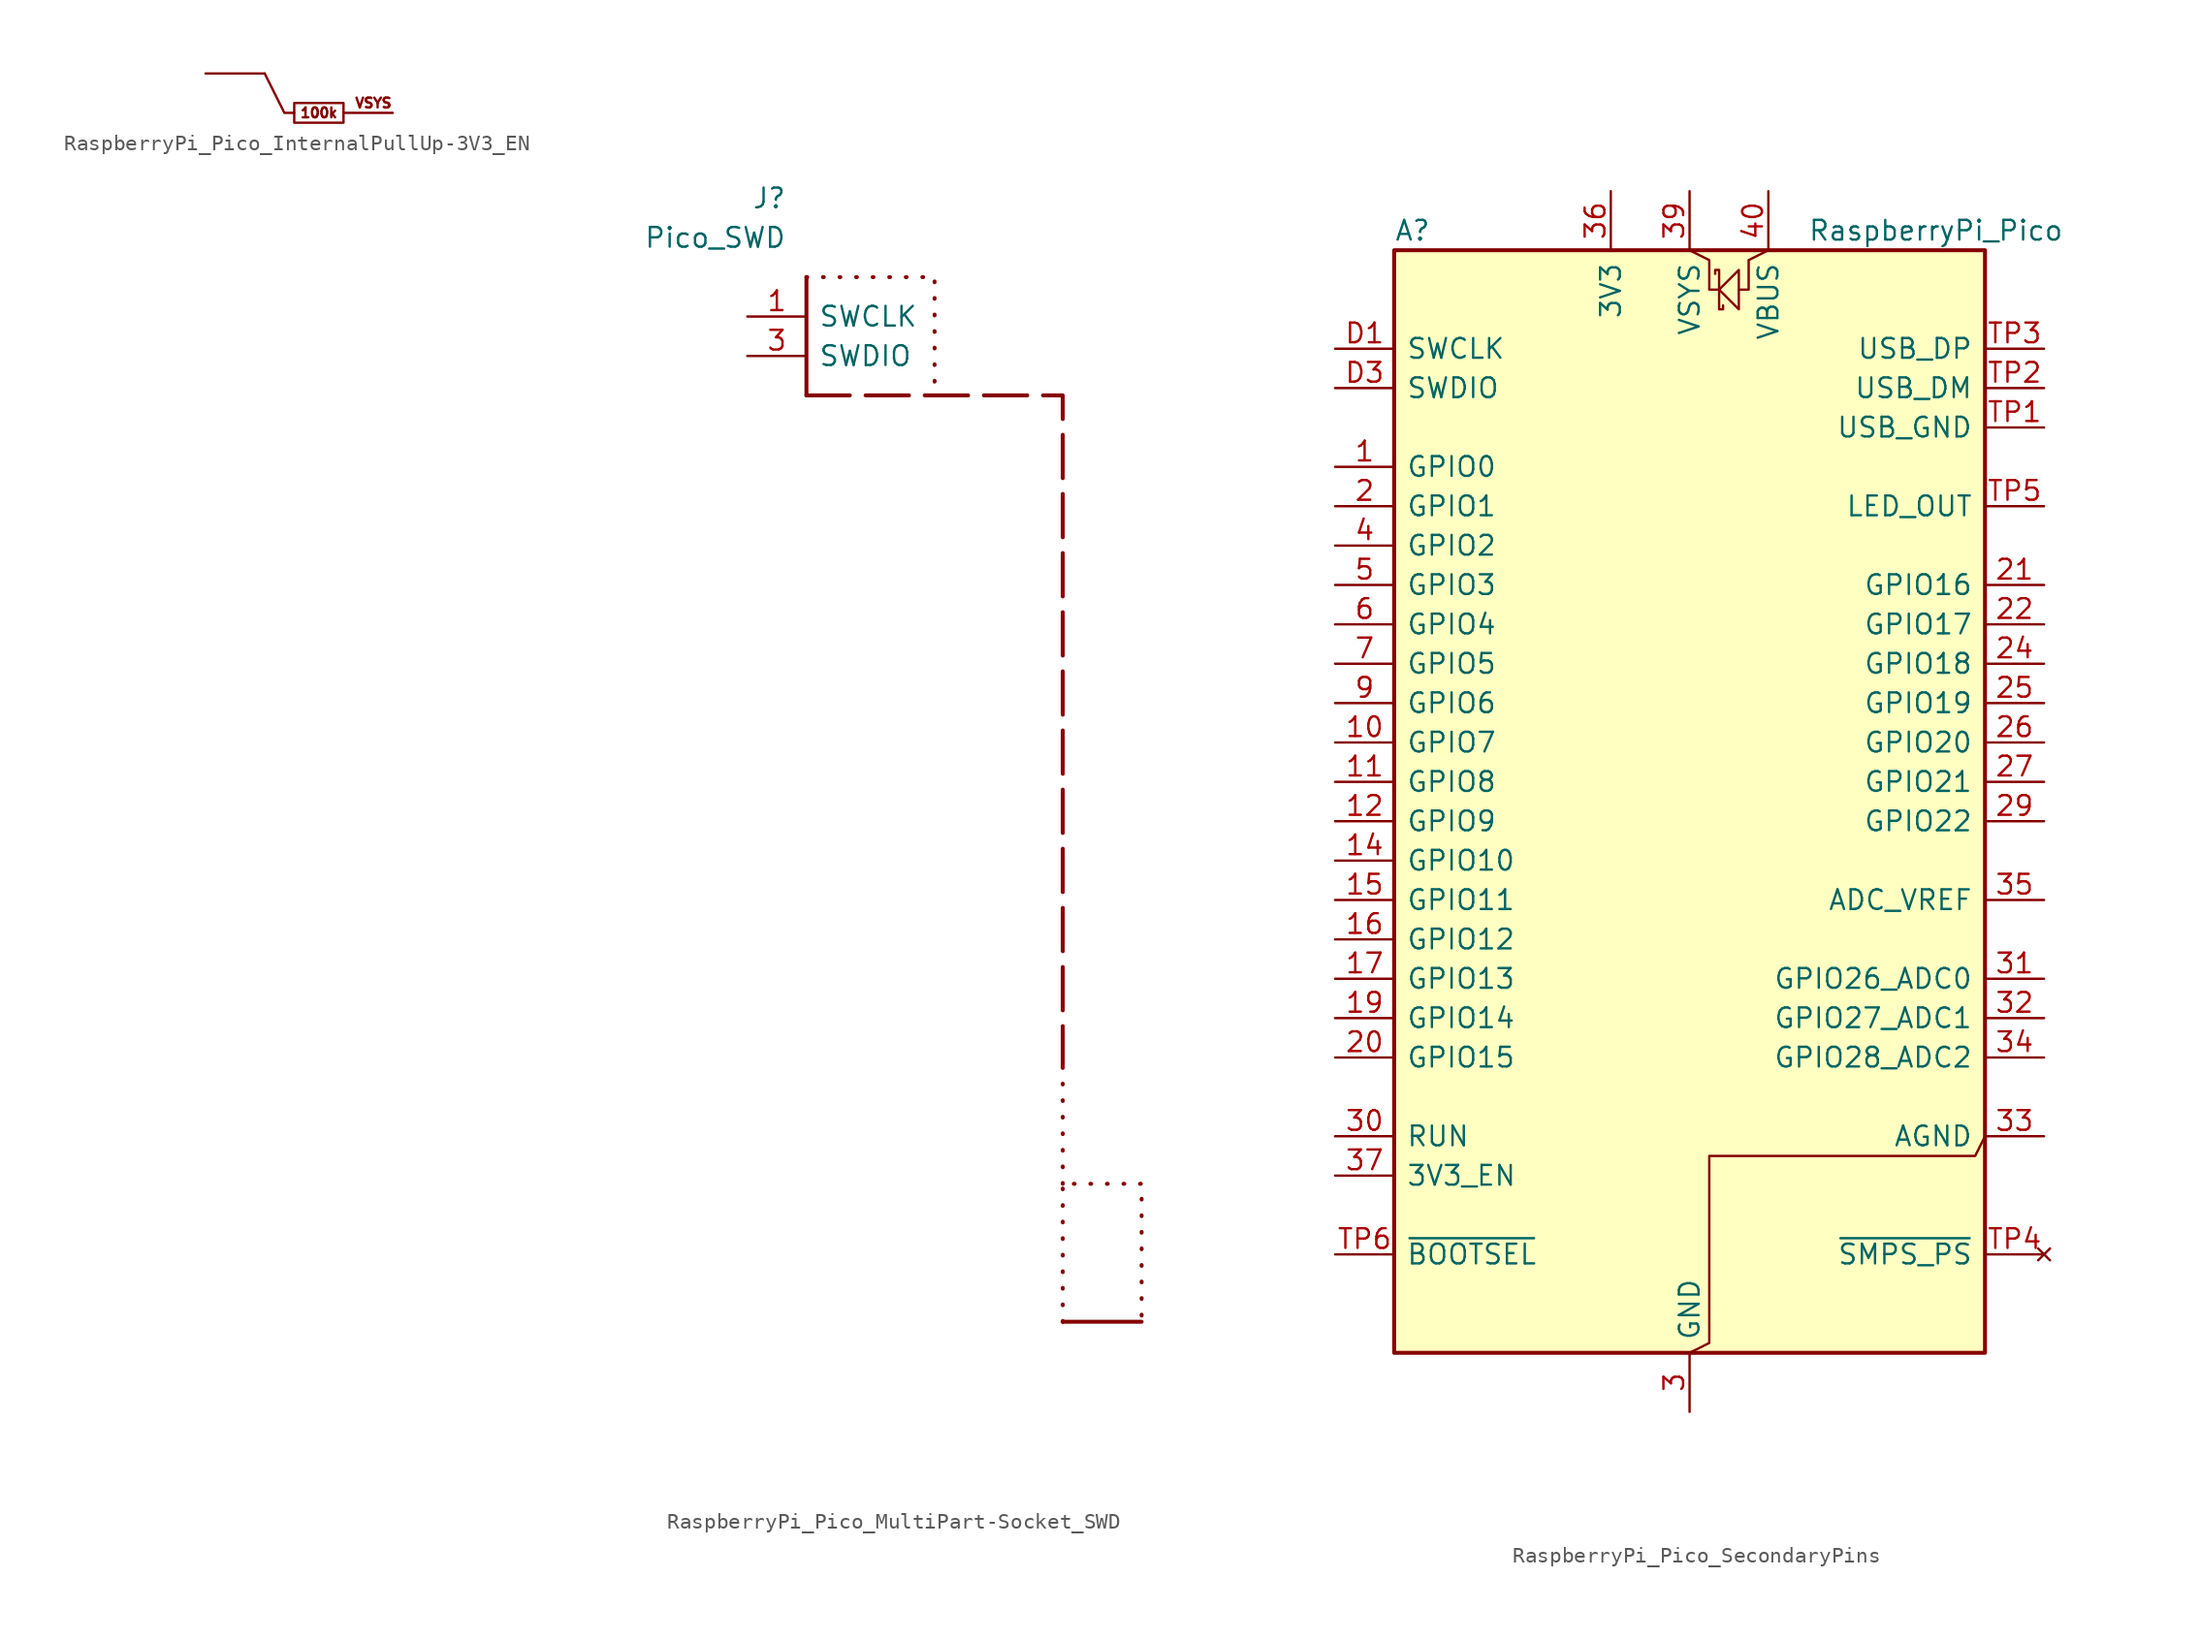
<source format=kicad_sym>
(kicad_symbol_lib
  (version 20231120)
  (generator "kicad_symbol_editor")
  (generator_version "8.0")
  (symbol "RaspberryPi_Pico_InternalPullUp-3V3_EN"
    (pin_numbers hide)
    (pin_names hide)
    (property "Reference" "#INT"
      (at 0 -7.62 0)
      (effects (font (size 1.27 1.27)) (hide yes)))
    (symbol "RaspberryPi_Pico_InternalPullUp-3V3_EN_0_1"
      (polyline (pts (xy 8.89 -2.54) (xy 12.065 -2.54)) (stroke (width 0) (type default)) (fill (type none)))
      (rectangle (start 5.715 -1.905) (end 8.89 -3.175) (stroke (width 0) (type default)) (fill (type none))))
    (symbol "RaspberryPi_Pico_InternalPullUp-3V3_EN_1_1"
      (polyline (pts (xy 5.715 -2.54) (xy 5.08 -2.54) (xy 3.81 0)) (stroke (width 0) (type default)) (fill (type none)))
      (text "100k" (at 7.303 -2.54 0) (effects (font (size 0.635 0.635))))
      (text "VSYS" (at 12.065 -1.905 0) (effects (font (size 0.635 0.635)) (justify right)))
      (pin passive line (at 0 0 0) (length 3.81) (name "INTERNAL_PULL_UP" (effects (font (size 1.27 1.27)))) (number "1" (effects (font (size 1.27 1.27)))))))
  (symbol "RaspberryPi_Pico_MultiPart-Socket_SWD"
    (pin_names
      (offset 0.762))
    (property "Reference" "J"
      (at -20.32 38.1 0)
      (do_not_autoplace)
      (effects (font (size 1.27 1.27)) (justify right)))
    (property "Value" "Pico_SWD"
      (at -20.32 35.56 0)
      (do_not_autoplace)
      (effects (font (size 1.27 1.27)) (justify right)))
    (symbol "RaspberryPi_Pico_MultiPart-Socket_SWD_1_1"
      (polyline (pts (xy -19.05 33.02) (xy -19.05 25.4)) (stroke (width 0.254) (type default)) (fill (type none)))
      (polyline (pts (xy -2.54 -34.29) (xy 2.54 -34.29)) (stroke (width 0.254) (type default)) (fill (type none)))
      (polyline (pts (xy -2.54 -25.4) (xy -2.54 -17.78)) (stroke (width 0.254) (type dot)) (fill (type none)))
      (polyline (pts (xy -19.05 25.4) (xy -2.54 25.4) (xy -2.54 -17.78)) (stroke (width 0.254) (type dash)) (fill (type none)))
      (polyline (pts (xy -19.05 33.02) (xy -10.795 33.02) (xy -10.795 25.4)) (stroke (width 0.254) (type dot)) (fill (type none)))
      (polyline (pts (xy -2.54 -34.29) (xy -2.54 -25.4) (xy 2.54 -25.4) (xy 2.54 -34.29)) (stroke (width 0.254) (type dot)) (fill (type none)))
      (pin input line (at -22.86 30.48 0) (length 3.81) (name "SWCLK" (effects (font (size 1.27 1.27)))) (number "1" (effects (font (size 1.27 1.27)))))
      (pin passive line (at 0 -38.1 90) (length 3.81) hide (name "GND" (effects (font (size 1.27 1.27)))) (number "2" (effects (font (size 1.27 1.27)))))
      (pin bidirectional line (at -22.86 27.94 0) (length 3.81) (name "SWDIO" (effects (font (size 1.27 1.27)))) (number "3" (effects (font (size 1.27 1.27)))))))
  (symbol "RaspberryPi_Pico_SecondaryPins"
    (pin_names
      (offset 0.762))
    (property "Reference" "A"
      (at -19.05 38.1 0)
      (effects (font (size 1.27 1.27)) (justify left)))
    (property "Value" "RaspberryPi_Pico"
      (at 7.62 38.1 0)
      (effects (font (size 1.27 1.27)) (justify left)))
    (symbol "RaspberryPi_Pico_SecondaryPins_0_1"
      (rectangle (start -19.05 36.83) (end 19.05 -34.29) (stroke (width 0.254) (type default)) (fill (type background)))
      (polyline (pts (xy 0 36.83) (xy 1.27 36.195) (xy 1.27 34.29) (xy 1.905 34.29)) (stroke (width 0) (type default)) (fill (type none)))
      (polyline (pts (xy 1.905 34.29) (xy 3.175 35.56) (xy 3.175 33.02) (xy 1.905 34.29)) (stroke (width 0) (type default)) (fill (type none)))
      (polyline (pts (xy 5.08 36.83) (xy 3.81 36.195) (xy 3.81 34.29) (xy 3.175 34.29)) (stroke (width 0) (type default)) (fill (type none)))
      (polyline (pts (xy 0 -34.29) (xy 1.27 -33.655) (xy 1.27 -21.59) (xy 18.415 -21.59) (xy 19.05 -20.32)) (stroke (width 0) (type default)) (fill (type none)))
      (polyline (pts (xy 1.651 35.306) (xy 1.651 35.56) (xy 1.905 35.56) (xy 1.905 33.02) (xy 2.159 33.02) (xy 2.159 33.274)) (stroke (width 0) (type default)) (fill (type none))))
    (symbol "RaspberryPi_Pico_SecondaryPins_1_1"
      (pin bidirectional line (at -22.86 22.86 0) (length 3.81) (name "GPIO0" (effects (font (size 1.27 1.27)))) (number "1" (effects (font (size 1.27 1.27)))) (alternate "I2C0_SDA" bidirectional line) (alternate "PWM0_A" output line) (alternate "SPI0_RX" input line) (alternate "UART0_TX" output line) (alternate "USB_OVCUR_DET" input line))
      (pin bidirectional line (at -22.86 5.08 0) (length 3.81) (name "GPIO7" (effects (font (size 1.27 1.27)))) (number "10" (effects (font (size 1.27 1.27)))) (alternate "I2C1_SCL" bidirectional clock) (alternate "PWM3_B" bidirectional line) (alternate "SPI0_TX" output line) (alternate "UART1_RTS" output line) (alternate "USB_VBUS_DET" input line))
      (pin bidirectional line (at -22.86 2.54 0) (length 3.81) (name "GPIO8" (effects (font (size 1.27 1.27)))) (number "11" (effects (font (size 1.27 1.27)))) (alternate "I2C0_SDA" bidirectional line) (alternate "PWM4_A" output line) (alternate "SPI1_RX" input line) (alternate "UART1_TX" output line) (alternate "USB_VBUS_EN" output line))
      (pin bidirectional line (at -22.86 0 0) (length 3.81) (name "GPIO9" (effects (font (size 1.27 1.27)))) (number "12" (effects (font (size 1.27 1.27)))) (alternate "I2C0_SCL" bidirectional clock) (alternate "PWM4_B" bidirectional line) (alternate "UART1_RX" input line) (alternate "USB_OVCUR_DET" input line) (alternate "~{SPI1_CSn}" bidirectional line))
      (pin passive line (at 0 -38.1 90) (length 3.81) hide (name "GND" (effects (font (size 1.27 1.27)))) (number "13" (effects (font (size 1.27 1.27)))))
      (pin bidirectional line (at -22.86 -2.54 0) (length 3.81) (name "GPIO10" (effects (font (size 1.27 1.27)))) (number "14" (effects (font (size 1.27 1.27)))) (alternate "I2C1_SDA" bidirectional line) (alternate "PWM5_A" output line) (alternate "SPI1_SCK" bidirectional clock) (alternate "UART1_CTS" input line) (alternate "USB_VBUS_DET" input line))
      (pin bidirectional line (at -22.86 -5.08 0) (length 3.81) (name "GPIO11" (effects (font (size 1.27 1.27)))) (number "15" (effects (font (size 1.27 1.27)))) (alternate "I2C1_SCL" bidirectional clock) (alternate "PWM5_B" bidirectional line) (alternate "SPI1_TX" output line) (alternate "UART1_RTS" output line) (alternate "USB_VBUS_EN" output line))
      (pin bidirectional line (at -22.86 -7.62 0) (length 3.81) (name "GPIO12" (effects (font (size 1.27 1.27)))) (number "16" (effects (font (size 1.27 1.27)))) (alternate "I2C0_SDA" bidirectional line) (alternate "PWM6_A" output line) (alternate "SPI1_RX" input line) (alternate "UART0_TX" output line) (alternate "USB_OVCUR_DET" input line))
      (pin bidirectional line (at -22.86 -10.16 0) (length 3.81) (name "GPIO13" (effects (font (size 1.27 1.27)))) (number "17" (effects (font (size 1.27 1.27)))) (alternate "I2C0_SCL" bidirectional clock) (alternate "PWM6_B" bidirectional line) (alternate "UART0_RX" input line) (alternate "USB_VBUS_DET" input line) (alternate "~{SPI1_CSn}" bidirectional line))
      (pin passive line (at 0 -38.1 90) (length 3.81) hide (name "GND" (effects (font (size 1.27 1.27)))) (number "18" (effects (font (size 1.27 1.27)))))
      (pin bidirectional line (at -22.86 -12.7 0) (length 3.81) (name "GPIO14" (effects (font (size 1.27 1.27)))) (number "19" (effects (font (size 1.27 1.27)))) (alternate "I2C1_SDA" bidirectional line) (alternate "PWM7_A" output line) (alternate "SPI1_SCK" bidirectional clock) (alternate "UART0_CTS" input line) (alternate "USB_VBUS_EN" output line))
      (pin bidirectional line (at -22.86 20.32 0) (length 3.81) (name "GPIO1" (effects (font (size 1.27 1.27)))) (number "2" (effects (font (size 1.27 1.27)))) (alternate "I2C0_SCL" bidirectional clock) (alternate "PWM0_B" bidirectional line) (alternate "UART0_RX" input line) (alternate "USB_VBUS_DET" passive line) (alternate "~{SPI0_CSn}" bidirectional line))
      (pin bidirectional line (at -22.86 -15.24 0) (length 3.81) (name "GPIO15" (effects (font (size 1.27 1.27)))) (number "20" (effects (font (size 1.27 1.27)))) (alternate "I2C1_SCL" bidirectional clock) (alternate "PWM7_B" bidirectional line) (alternate "SPI1_TX" output line) (alternate "UART0_RTS" output line) (alternate "USB_OVCUR_DET" input line))
      (pin bidirectional line (at 22.86 15.24 180) (length 3.81) (name "GPIO16" (effects (font (size 1.27 1.27)))) (number "21" (effects (font (size 1.27 1.27)))) (alternate "I2C0_SDA" bidirectional line) (alternate "PWM0_A" output line) (alternate "SPI0_RX" input line) (alternate "UART0_TX" output line) (alternate "USB_VBUS_DET" input line))
      (pin bidirectional line (at 22.86 12.7 180) (length 3.81) (name "GPIO17" (effects (font (size 1.27 1.27)))) (number "22" (effects (font (size 1.27 1.27)))) (alternate "I2C0_SCL" bidirectional clock) (alternate "PWM0_B" bidirectional line) (alternate "UART0_RX" input line) (alternate "USB_VBUS_EN" output line) (alternate "~{SPI0_CSn}" bidirectional line))
      (pin passive line (at 0 -38.1 90) (length 3.81) hide (name "GND" (effects (font (size 1.27 1.27)))) (number "23" (effects (font (size 1.27 1.27)))))
      (pin bidirectional line (at 22.86 10.16 180) (length 3.81) (name "GPIO18" (effects (font (size 1.27 1.27)))) (number "24" (effects (font (size 1.27 1.27)))) (alternate "I2C1_SDA" bidirectional line) (alternate "PWM1_A" output line) (alternate "SPI0_SCK" bidirectional clock) (alternate "UART0_CTS" input line) (alternate "USB_OVCUR_DET" input line))
      (pin bidirectional line (at 22.86 7.62 180) (length 3.81) (name "GPIO19" (effects (font (size 1.27 1.27)))) (number "25" (effects (font (size 1.27 1.27)))) (alternate "I2C1_SCL" bidirectional clock) (alternate "PWM1_B" bidirectional line) (alternate "SPI0_TX" output line) (alternate "UART0_RTS" output line) (alternate "USB_VBUS_DET" input line))
      (pin bidirectional line (at 22.86 5.08 180) (length 3.81) (name "GPIO20" (effects (font (size 1.27 1.27)))) (number "26" (effects (font (size 1.27 1.27)))) (alternate "CLOCK_GPIN0" input clock) (alternate "I2C0_SDA" bidirectional line) (alternate "PWM2_A" output line) (alternate "SPI0_RX" input line) (alternate "UART1_TX" output line) (alternate "USB_VBUS_EN" output line))
      (pin bidirectional line (at 22.86 2.54 180) (length 3.81) (name "GPIO21" (effects (font (size 1.27 1.27)))) (number "27" (effects (font (size 1.27 1.27)))) (alternate "CLOCK_GPOUT0" output clock) (alternate "I2C0_SCL" bidirectional clock) (alternate "PWM2_B" bidirectional line) (alternate "UART1_RX" input line) (alternate "USB_OVCUR_DET" input line) (alternate "~{SPI0_CSn}" bidirectional line))
      (pin passive line (at 0 -38.1 90) (length 3.81) hide (name "GND" (effects (font (size 1.27 1.27)))) (number "28" (effects (font (size 1.27 1.27)))))
      (pin bidirectional line (at 22.86 0 180) (length 3.81) (name "GPIO22" (effects (font (size 1.27 1.27)))) (number "29" (effects (font (size 1.27 1.27)))) (alternate "CLOCK_GPIN1" input clock) (alternate "I2C1_SDA" bidirectional line) (alternate "PWM3_A" output line) (alternate "SPI0_SCK" bidirectional clock) (alternate "UART1_CTS" input line) (alternate "USB_VBUS_DET" input line))
      (pin power_out line (at 0 -38.1 90) (length 3.81) (name "GND" (effects (font (size 1.27 1.27)))) (number "3" (effects (font (size 1.27 1.27)))) (alternate "GND_IN" power_in line))
      (pin input line (at -22.86 -20.32 0) (length 3.81) (name "RUN" (effects (font (size 1.27 1.27)))) (number "30" (effects (font (size 1.27 1.27)))) (alternate "~{RESET}" input line))
      (pin bidirectional line (at 22.86 -10.16 180) (length 3.81) (name "GPIO26_ADC0" (effects (font (size 1.27 1.27)))) (number "31" (effects (font (size 1.27 1.27)))) (alternate "ADC0" input line) (alternate "GPIO26" bidirectional line) (alternate "I2C1_SDA" bidirectional line) (alternate "PWM5_A" output line) (alternate "SPI1_SCK" bidirectional clock) (alternate "UART1_CTS" input line) (alternate "USB_VBUS_EN" output line))
      (pin bidirectional line (at 22.86 -12.7 180) (length 3.81) (name "GPIO27_ADC1" (effects (font (size 1.27 1.27)))) (number "32" (effects (font (size 1.27 1.27)))) (alternate "ADC1" input line) (alternate "GPIO27" bidirectional line) (alternate "I2C1_SCL" bidirectional clock) (alternate "PWM5_B" bidirectional line) (alternate "SPI1_TX" output line) (alternate "UART1_RTS" output line) (alternate "USB_OVCUR_DET" input line))
      (pin power_out line (at 22.86 -20.32 180) (length 3.81) (name "AGND" (effects (font (size 1.27 1.27)))) (number "33" (effects (font (size 1.27 1.27)))) (alternate "GND" passive line))
      (pin bidirectional line (at 22.86 -15.24 180) (length 3.81) (name "GPIO28_ADC2" (effects (font (size 1.27 1.27)))) (number "34" (effects (font (size 1.27 1.27)))) (alternate "ADC2" input line) (alternate "GPIO28" bidirectional line) (alternate "I2C0_SDA" bidirectional line) (alternate "PWM6_A" output line) (alternate "SPI1_RX" input line) (alternate "UART0_TX" output line) (alternate "USB_VBUS_DET" input line))
      (pin power_in line (at 22.86 -5.08 180) (length 3.81) (name "ADC_VREF" (effects (font (size 1.27 1.27)))) (number "35" (effects (font (size 1.27 1.27)))))
      (pin power_out line (at -5.08 40.64 270) (length 3.81) (name "3V3" (effects (font (size 1.27 1.27)))) (number "36" (effects (font (size 1.27 1.27)))))
      (pin input line (at -22.86 -22.86 0) (length 3.81) (name "3V3_EN" (effects (font (size 1.27 1.27)))) (number "37" (effects (font (size 1.27 1.27)))) (alternate "~{3V3_DISABLE}" input line))
      (pin passive line (at 0 -38.1 90) (length 3.81) hide (name "GND" (effects (font (size 1.27 1.27)))) (number "38" (effects (font (size 1.27 1.27)))))
      (pin power_in line (at 0 40.64 270) (length 3.81) (name "VSYS" (effects (font (size 1.27 1.27)))) (number "39" (effects (font (size 1.27 1.27)))) (alternate "VSYS_IN" power_in line) (alternate "VSYS_OUT" power_out line))
      (pin bidirectional line (at -22.86 17.78 0) (length 3.81) (name "GPIO2" (effects (font (size 1.27 1.27)))) (number "4" (effects (font (size 1.27 1.27)))) (alternate "I2C1_SDA" bidirectional line) (alternate "PWM1_A" output line) (alternate "SPI0_SCK" bidirectional clock) (alternate "UART0_CTS" input line) (alternate "USB_VBUS_DET" input line))
      (pin power_out line (at 5.08 40.64 270) (length 3.81) (name "VBUS" (effects (font (size 1.27 1.27)))) (number "40" (effects (font (size 1.27 1.27)))) (alternate "VBUS_HOST" power_in line))
      (pin bidirectional line (at -22.86 15.24 0) (length 3.81) (name "GPIO3" (effects (font (size 1.27 1.27)))) (number "5" (effects (font (size 1.27 1.27)))) (alternate "I2C1_SCL" bidirectional clock) (alternate "PWM1_B" bidirectional line) (alternate "SPI0_TX" output line) (alternate "UART0_RTS" output line) (alternate "USB_OVCUR_DET" input line))
      (pin bidirectional line (at -22.86 12.7 0) (length 3.81) (name "GPIO4" (effects (font (size 1.27 1.27)))) (number "6" (effects (font (size 1.27 1.27)))) (alternate "I2C0_SDA" bidirectional line) (alternate "PWM2_A" output line) (alternate "SPI0_RX" input line) (alternate "UART1_TX" output line) (alternate "USB_VBUS_DET" input line))
      (pin bidirectional line (at -22.86 10.16 0) (length 3.81) (name "GPIO5" (effects (font (size 1.27 1.27)))) (number "7" (effects (font (size 1.27 1.27)))) (alternate "I2C0_SCL" bidirectional clock) (alternate "PWM2_B" bidirectional line) (alternate "UART1_RX" input line) (alternate "USB_VBUS_EN" output line) (alternate "~{SPI0_CSn}" bidirectional line))
      (pin passive line (at 0 -38.1 90) (length 3.81) hide (name "GND" (effects (font (size 1.27 1.27)))) (number "8" (effects (font (size 1.27 1.27)))))
      (pin bidirectional line (at -22.86 7.62 0) (length 3.81) (name "GPIO6" (effects (font (size 1.27 1.27)))) (number "9" (effects (font (size 1.27 1.27)))) (alternate "I2C1_SDA" bidirectional line) (alternate "PWM3_A" output line) (alternate "SPI0_SCK" bidirectional clock) (alternate "UART1_CTS" input line) (alternate "USB_OVCUR_DET" input line))
      (pin input line (at -22.86 30.48 0) (length 3.81) (name "SWCLK" (effects (font (size 1.27 1.27)))) (number "D1" (effects (font (size 1.27 1.27)))))
      (pin passive line (at 0 -38.1 90) (length 3.81) hide (name "GND" (effects (font (size 1.27 1.27)))) (number "D2" (effects (font (size 1.27 1.27)))))
      (pin bidirectional line (at -22.86 27.94 0) (length 3.81) (name "SWDIO" (effects (font (size 1.27 1.27)))) (number "D3" (effects (font (size 1.27 1.27)))))
      (pin power_out line (at 22.86 25.4 180) (length 3.81) (name "USB_GND" (effects (font (size 1.27 1.27)))) (number "TP1" (effects (font (size 1.27 1.27)))) (alternate "USB_HOST_GND" power_in line))
      (pin bidirectional line (at 22.86 27.94 180) (length 3.81) (name "USB_DM" (effects (font (size 1.27 1.27)))) (number "TP2" (effects (font (size 1.27 1.27)))))
      (pin bidirectional line (at 22.86 30.48 180) (length 3.81) (name "USB_DP" (effects (font (size 1.27 1.27)))) (number "TP3" (effects (font (size 1.27 1.27)))))
      (pin no_connect line (at 22.86 -27.94 180) (length 3.81) (name "~{SMPS_PS}" (effects (font (size 1.27 1.27)))) (number "TP4" (effects (font (size 1.27 1.27)))) (alternate "GPIO23_UNSAFE" output line) (alternate "~{SMPS_PS_UNSAFE}" output line))
      (pin output line (at 22.86 20.32 180) (length 3.81) (name "LED_OUT" (effects (font (size 1.27 1.27)))) (number "TP5" (effects (font (size 1.27 1.27)))))
      (pin input line (at -22.86 -27.94 0) (length 3.81) (name "~{BOOTSEL}" (effects (font (size 1.27 1.27)))) (number "TP6" (effects (font (size 1.27 1.27))))))))
</source>
